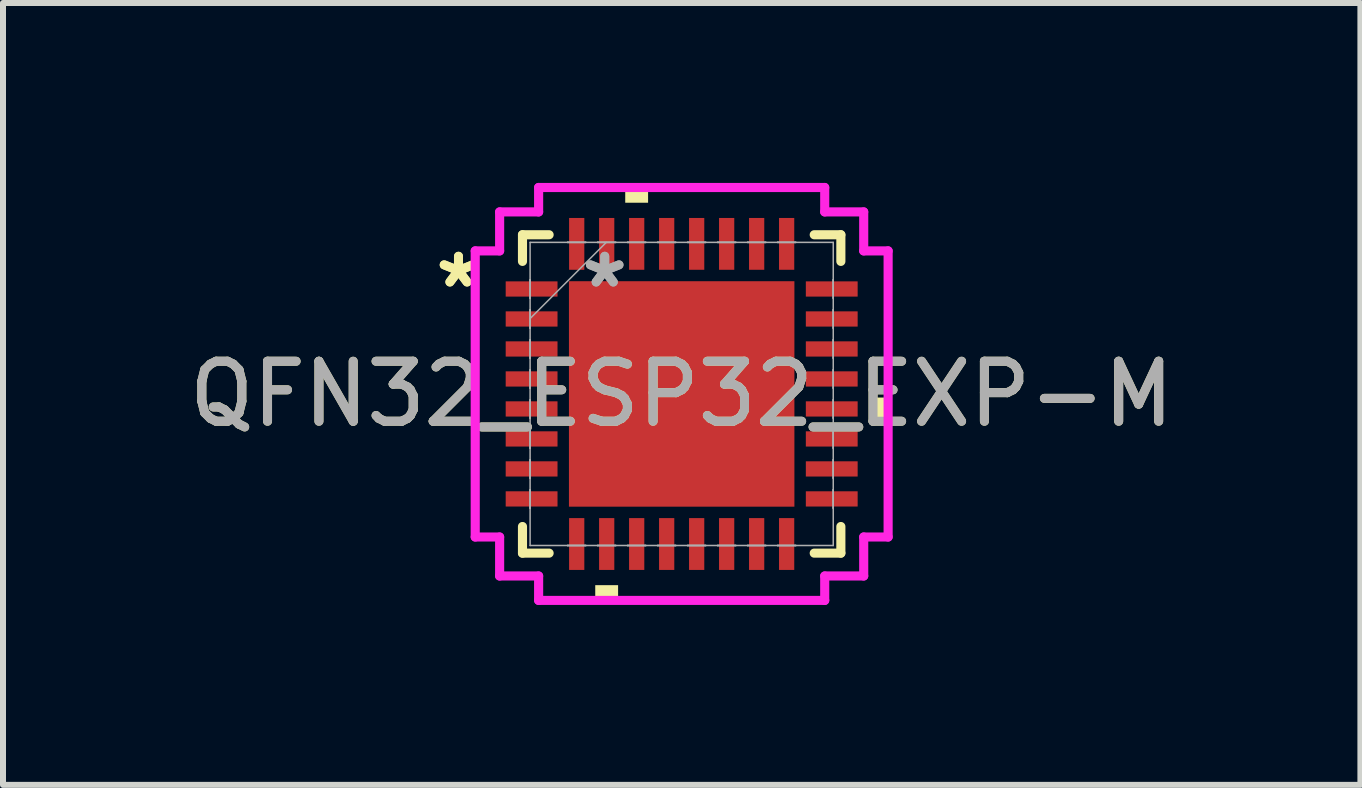
<source format=kicad_pcb>
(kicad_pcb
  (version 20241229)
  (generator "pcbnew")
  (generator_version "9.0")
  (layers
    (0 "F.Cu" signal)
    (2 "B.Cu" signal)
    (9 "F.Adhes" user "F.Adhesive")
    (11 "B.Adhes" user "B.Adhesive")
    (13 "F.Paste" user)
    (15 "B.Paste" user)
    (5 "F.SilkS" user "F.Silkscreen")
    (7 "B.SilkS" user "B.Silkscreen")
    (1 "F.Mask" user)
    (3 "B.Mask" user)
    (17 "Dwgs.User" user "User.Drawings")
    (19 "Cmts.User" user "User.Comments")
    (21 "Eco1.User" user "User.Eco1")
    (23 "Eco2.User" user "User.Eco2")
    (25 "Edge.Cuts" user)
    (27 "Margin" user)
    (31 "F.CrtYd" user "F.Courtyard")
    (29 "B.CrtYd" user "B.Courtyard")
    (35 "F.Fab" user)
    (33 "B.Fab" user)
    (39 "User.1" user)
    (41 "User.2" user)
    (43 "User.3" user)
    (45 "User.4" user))
  (footprint "QFN32_ESP32_EXP-M"
    (layer "F.Cu")
    (at 8.315 3.518)
    (property "Reference" "QFN32_ESP32_EXP-M" (at 0 0 0) (unlocked yes) (layer "F.SilkS") (effects (font (size 1 1) (thickness 0.15))))
    (attr smd)
    (fp_line (start -2.654 -2.654) (end -2.654 -2.21) (stroke (width 0.152) (type solid)) (layer "F.SilkS"))
    (fp_line (start -2.654 2.21) (end -2.654 2.654) (stroke (width 0.152) (type solid)) (layer "F.SilkS"))
    (fp_line (start -2.654 2.654) (end -2.21 2.654) (stroke (width 0.152) (type solid)) (layer "F.SilkS"))
    (fp_line (start -2.21 -2.654) (end -2.654 -2.654) (stroke (width 0.152) (type solid)) (layer "F.SilkS"))
    (fp_line (start 2.21 2.654) (end 2.654 2.654) (stroke (width 0.152) (type solid)) (layer "F.SilkS"))
    (fp_line (start 2.654 -2.654) (end 2.21 -2.654) (stroke (width 0.152) (type solid)) (layer "F.SilkS"))
    (fp_line (start 2.654 -2.21) (end 2.654 -2.654) (stroke (width 0.152) (type solid)) (layer "F.SilkS"))
    (fp_line (start 2.654 2.654) (end 2.654 2.21) (stroke (width 0.152) (type solid)) (layer "F.SilkS"))
    (fp_poly (pts (xy -1.441 3.188) (xy -1.441 3.442) (xy -1.06 3.442) (xy -1.06 3.188)) (stroke (width 0) (type solid)) (fill yes) (layer "F.SilkS"))
    (fp_poly (pts (xy -0.941 -3.188) (xy -0.941 -3.442) (xy -0.56 -3.442) (xy -0.56 -3.188)) (stroke (width 0) (type solid)) (fill yes) (layer "F.SilkS"))
    (fp_poly (pts (xy 3.442 0.06) (xy 3.442 0.441) (xy 3.188 0.441) (xy 3.188 0.06)) (stroke (width 0) (type solid)) (fill yes) (layer "F.SilkS"))
    (fp_line (start -3.442 -2.385) (end -3.035 -2.385) (stroke (width 0.152) (type solid)) (layer "F.CrtYd"))
    (fp_line (start -3.442 2.385) (end -3.442 -2.385) (stroke (width 0.152) (type solid)) (layer "F.CrtYd"))
    (fp_line (start -3.035 -3.035) (end -2.385 -3.035) (stroke (width 0.152) (type solid)) (layer "F.CrtYd"))
    (fp_line (start -3.035 -2.385) (end -3.035 -3.035) (stroke (width 0.152) (type solid)) (layer "F.CrtYd"))
    (fp_line (start -3.035 2.385) (end -3.442 2.385) (stroke (width 0.152) (type solid)) (layer "F.CrtYd"))
    (fp_line (start -3.035 3.035) (end -3.035 2.385) (stroke (width 0.152) (type solid)) (layer "F.CrtYd"))
    (fp_line (start -2.385 -3.442) (end 2.385 -3.442) (stroke (width 0.152) (type solid)) (layer "F.CrtYd"))
    (fp_line (start -2.385 -3.035) (end -2.385 -3.442) (stroke (width 0.152) (type solid)) (layer "F.CrtYd"))
    (fp_line (start -2.385 3.035) (end -3.035 3.035) (stroke (width 0.152) (type solid)) (layer "F.CrtYd"))
    (fp_line (start -2.385 3.442) (end -2.385 3.035) (stroke (width 0.152) (type solid)) (layer "F.CrtYd"))
    (fp_line (start 2.385 -3.442) (end 2.385 -3.035) (stroke (width 0.152) (type solid)) (layer "F.CrtYd"))
    (fp_line (start 2.385 -3.035) (end 3.035 -3.035) (stroke (width 0.152) (type solid)) (layer "F.CrtYd"))
    (fp_line (start 2.385 3.035) (end 2.385 3.442) (stroke (width 0.152) (type solid)) (layer "F.CrtYd"))
    (fp_line (start 2.385 3.442) (end -2.385 3.442) (stroke (width 0.152) (type solid)) (layer "F.CrtYd"))
    (fp_line (start 3.035 -3.035) (end 3.035 -2.385) (stroke (width 0.152) (type solid)) (layer "F.CrtYd"))
    (fp_line (start 3.035 -2.385) (end 3.442 -2.385) (stroke (width 0.152) (type solid)) (layer "F.CrtYd"))
    (fp_line (start 3.035 2.385) (end 3.035 3.035) (stroke (width 0.152) (type solid)) (layer "F.CrtYd"))
    (fp_line (start 3.035 3.035) (end 2.385 3.035) (stroke (width 0.152) (type solid)) (layer "F.CrtYd"))
    (fp_line (start 3.442 -2.385) (end 3.442 2.385) (stroke (width 0.152) (type solid)) (layer "F.CrtYd"))
    (fp_line (start 3.442 2.385) (end 3.035 2.385) (stroke (width 0.152) (type solid)) (layer "F.CrtYd"))
    (fp_line (start -2.527 -2.527) (end -2.527 2.527) (stroke (width 0.025) (type solid)) (layer "F.Fab"))
    (fp_line (start -2.527 -1.903) (end -2.527 -1.903) (stroke (width 0.025) (type solid)) (layer "F.Fab"))
    (fp_line (start -2.527 -1.903) (end -2.527 -1.598) (stroke (width 0.025) (type solid)) (layer "F.Fab"))
    (fp_line (start -2.527 -1.598) (end -2.527 -1.903) (stroke (width 0.025) (type solid)) (layer "F.Fab"))
    (fp_line (start -2.527 -1.598) (end -2.527 -1.598) (stroke (width 0.025) (type solid)) (layer "F.Fab"))
    (fp_line (start -2.527 -1.403) (end -2.527 -1.403) (stroke (width 0.025) (type solid)) (layer "F.Fab"))
    (fp_line (start -2.527 -1.403) (end -2.527 -1.098) (stroke (width 0.025) (type solid)) (layer "F.Fab"))
    (fp_line (start -2.527 -1.257) (end -1.257 -2.527) (stroke (width 0.025) (type solid)) (layer "F.Fab"))
    (fp_line (start -2.527 -1.098) (end -2.527 -1.403) (stroke (width 0.025) (type solid)) (layer "F.Fab"))
    (fp_line (start -2.527 -1.098) (end -2.527 -1.098) (stroke (width 0.025) (type solid)) (layer "F.Fab"))
    (fp_line (start -2.527 -0.903) (end -2.527 -0.903) (stroke (width 0.025) (type solid)) (layer "F.Fab"))
    (fp_line (start -2.527 -0.903) (end -2.527 -0.598) (stroke (width 0.025) (type solid)) (layer "F.Fab"))
    (fp_line (start -2.527 -0.598) (end -2.527 -0.903) (stroke (width 0.025) (type solid)) (layer "F.Fab"))
    (fp_line (start -2.527 -0.598) (end -2.527 -0.598) (stroke (width 0.025) (type solid)) (layer "F.Fab"))
    (fp_line (start -2.527 -0.402) (end -2.527 -0.402) (stroke (width 0.025) (type solid)) (layer "F.Fab"))
    (fp_line (start -2.527 -0.402) (end -2.527 -0.098) (stroke (width 0.025) (type solid)) (layer "F.Fab"))
    (fp_line (start -2.527 -0.098) (end -2.527 -0.402) (stroke (width 0.025) (type solid)) (layer "F.Fab"))
    (fp_line (start -2.527 -0.098) (end -2.527 -0.098) (stroke (width 0.025) (type solid)) (layer "F.Fab"))
    (fp_line (start -2.527 0.098) (end -2.527 0.098) (stroke (width 0.025) (type solid)) (layer "F.Fab"))
    (fp_line (start -2.527 0.098) (end -2.527 0.402) (stroke (width 0.025) (type solid)) (layer "F.Fab"))
    (fp_line (start -2.527 0.402) (end -2.527 0.098) (stroke (width 0.025) (type solid)) (layer "F.Fab"))
    (fp_line (start -2.527 0.402) (end -2.527 0.402) (stroke (width 0.025) (type solid)) (layer "F.Fab"))
    (fp_line (start -2.527 0.598) (end -2.527 0.598) (stroke (width 0.025) (type solid)) (layer "F.Fab"))
    (fp_line (start -2.527 0.598) (end -2.527 0.903) (stroke (width 0.025) (type solid)) (layer "F.Fab"))
    (fp_line (start -2.527 0.903) (end -2.527 0.598) (stroke (width 0.025) (type solid)) (layer "F.Fab"))
    (fp_line (start -2.527 0.903) (end -2.527 0.903) (stroke (width 0.025) (type solid)) (layer "F.Fab"))
    (fp_line (start -2.527 1.098) (end -2.527 1.098) (stroke (width 0.025) (type solid)) (layer "F.Fab"))
    (fp_line (start -2.527 1.098) (end -2.527 1.403) (stroke (width 0.025) (type solid)) (layer "F.Fab"))
    (fp_line (start -2.527 1.403) (end -2.527 1.098) (stroke (width 0.025) (type solid)) (layer "F.Fab"))
    (fp_line (start -2.527 1.403) (end -2.527 1.403) (stroke (width 0.025) (type solid)) (layer "F.Fab"))
    (fp_line (start -2.527 1.598) (end -2.527 1.598) (stroke (width 0.025) (type solid)) (layer "F.Fab"))
    (fp_line (start -2.527 1.598) (end -2.527 1.903) (stroke (width 0.025) (type solid)) (layer "F.Fab"))
    (fp_line (start -2.527 1.903) (end -2.527 1.598) (stroke (width 0.025) (type solid)) (layer "F.Fab"))
    (fp_line (start -2.527 1.903) (end -2.527 1.903) (stroke (width 0.025) (type solid)) (layer "F.Fab"))
    (fp_line (start -2.527 2.527) (end 2.527 2.527) (stroke (width 0.025) (type solid)) (layer "F.Fab"))
    (fp_line (start -1.903 -2.527) (end -1.903 -2.527) (stroke (width 0.025) (type solid)) (layer "F.Fab"))
    (fp_line (start -1.903 -2.527) (end -1.598 -2.527) (stroke (width 0.025) (type solid)) (layer "F.Fab"))
    (fp_line (start -1.903 2.527) (end -1.903 2.527) (stroke (width 0.025) (type solid)) (layer "F.Fab"))
    (fp_line (start -1.903 2.527) (end -1.598 2.527) (stroke (width 0.025) (type solid)) (layer "F.Fab"))
    (fp_line (start -1.598 -2.527) (end -1.903 -2.527) (stroke (width 0.025) (type solid)) (layer "F.Fab"))
    (fp_line (start -1.598 -2.527) (end -1.598 -2.527) (stroke (width 0.025) (type solid)) (layer "F.Fab"))
    (fp_line (start -1.598 2.527) (end -1.903 2.527) (stroke (width 0.025) (type solid)) (layer "F.Fab"))
    (fp_line (start -1.598 2.527) (end -1.598 2.527) (stroke (width 0.025) (type solid)) (layer "F.Fab"))
    (fp_line (start -1.403 -2.527) (end -1.403 -2.527) (stroke (width 0.025) (type solid)) (layer "F.Fab"))
    (fp_line (start -1.403 -2.527) (end -1.098 -2.527) (stroke (width 0.025) (type solid)) (layer "F.Fab"))
    (fp_line (start -1.403 2.527) (end -1.403 2.527) (stroke (width 0.025) (type solid)) (layer "F.Fab"))
    (fp_line (start -1.403 2.527) (end -1.098 2.527) (stroke (width 0.025) (type solid)) (layer "F.Fab"))
    (fp_line (start -1.098 -2.527) (end -1.403 -2.527) (stroke (width 0.025) (type solid)) (layer "F.Fab"))
    (fp_line (start -1.098 -2.527) (end -1.098 -2.527) (stroke (width 0.025) (type solid)) (layer "F.Fab"))
    (fp_line (start -1.098 2.527) (end -1.403 2.527) (stroke (width 0.025) (type solid)) (layer "F.Fab"))
    (fp_line (start -1.098 2.527) (end -1.098 2.527) (stroke (width 0.025) (type solid)) (layer "F.Fab"))
    (fp_line (start -0.903 -2.527) (end -0.903 -2.527) (stroke (width 0.025) (type solid)) (layer "F.Fab"))
    (fp_line (start -0.903 -2.527) (end -0.598 -2.527) (stroke (width 0.025) (type solid)) (layer "F.Fab"))
    (fp_line (start -0.903 2.527) (end -0.903 2.527) (stroke (width 0.025) (type solid)) (layer "F.Fab"))
    (fp_line (start -0.903 2.527) (end -0.598 2.527) (stroke (width 0.025) (type solid)) (layer "F.Fab"))
    (fp_line (start -0.598 -2.527) (end -0.903 -2.527) (stroke (width 0.025) (type solid)) (layer "F.Fab"))
    (fp_line (start -0.598 -2.527) (end -0.598 -2.527) (stroke (width 0.025) (type solid)) (layer "F.Fab"))
    (fp_line (start -0.598 2.527) (end -0.903 2.527) (stroke (width 0.025) (type solid)) (layer "F.Fab"))
    (fp_line (start -0.598 2.527) (end -0.598 2.527) (stroke (width 0.025) (type solid)) (layer "F.Fab"))
    (fp_line (start -0.402 -2.527) (end -0.402 -2.527) (stroke (width 0.025) (type solid)) (layer "F.Fab"))
    (fp_line (start -0.402 -2.527) (end -0.098 -2.527) (stroke (width 0.025) (type solid)) (layer "F.Fab"))
    (fp_line (start -0.402 2.527) (end -0.402 2.527) (stroke (width 0.025) (type solid)) (layer "F.Fab"))
    (fp_line (start -0.402 2.527) (end -0.098 2.527) (stroke (width 0.025) (type solid)) (layer "F.Fab"))
    (fp_line (start -0.098 -2.527) (end -0.402 -2.527) (stroke (width 0.025) (type solid)) (layer "F.Fab"))
    (fp_line (start -0.098 -2.527) (end -0.098 -2.527) (stroke (width 0.025) (type solid)) (layer "F.Fab"))
    (fp_line (start -0.098 2.527) (end -0.402 2.527) (stroke (width 0.025) (type solid)) (layer "F.Fab"))
    (fp_line (start -0.098 2.527) (end -0.098 2.527) (stroke (width 0.025) (type solid)) (layer "F.Fab"))
    (fp_line (start 0.098 -2.527) (end 0.098 -2.527) (stroke (width 0.025) (type solid)) (layer "F.Fab"))
    (fp_line (start 0.098 -2.527) (end 0.402 -2.527) (stroke (width 0.025) (type solid)) (layer "F.Fab"))
    (fp_line (start 0.098 2.527) (end 0.098 2.527) (stroke (width 0.025) (type solid)) (layer "F.Fab"))
    (fp_line (start 0.098 2.527) (end 0.402 2.527) (stroke (width 0.025) (type solid)) (layer "F.Fab"))
    (fp_line (start 0.402 -2.527) (end 0.098 -2.527) (stroke (width 0.025) (type solid)) (layer "F.Fab"))
    (fp_line (start 0.402 -2.527) (end 0.402 -2.527) (stroke (width 0.025) (type solid)) (layer "F.Fab"))
    (fp_line (start 0.402 2.527) (end 0.098 2.527) (stroke (width 0.025) (type solid)) (layer "F.Fab"))
    (fp_line (start 0.402 2.527) (end 0.402 2.527) (stroke (width 0.025) (type solid)) (layer "F.Fab"))
    (fp_line (start 0.598 -2.527) (end 0.598 -2.527) (stroke (width 0.025) (type solid)) (layer "F.Fab"))
    (fp_line (start 0.598 -2.527) (end 0.903 -2.527) (stroke (width 0.025) (type solid)) (layer "F.Fab"))
    (fp_line (start 0.598 2.527) (end 0.598 2.527) (stroke (width 0.025) (type solid)) (layer "F.Fab"))
    (fp_line (start 0.598 2.527) (end 0.903 2.527) (stroke (width 0.025) (type solid)) (layer "F.Fab"))
    (fp_line (start 0.903 -2.527) (end 0.598 -2.527) (stroke (width 0.025) (type solid)) (layer "F.Fab"))
    (fp_line (start 0.903 -2.527) (end 0.903 -2.527) (stroke (width 0.025) (type solid)) (layer "F.Fab"))
    (fp_line (start 0.903 2.527) (end 0.598 2.527) (stroke (width 0.025) (type solid)) (layer "F.Fab"))
    (fp_line (start 0.903 2.527) (end 0.903 2.527) (stroke (width 0.025) (type solid)) (layer "F.Fab"))
    (fp_line (start 1.098 -2.527) (end 1.098 -2.527) (stroke (width 0.025) (type solid)) (layer "F.Fab"))
    (fp_line (start 1.098 -2.527) (end 1.403 -2.527) (stroke (width 0.025) (type solid)) (layer "F.Fab"))
    (fp_line (start 1.098 2.527) (end 1.098 2.527) (stroke (width 0.025) (type solid)) (layer "F.Fab"))
    (fp_line (start 1.098 2.527) (end 1.403 2.527) (stroke (width 0.025) (type solid)) (layer "F.Fab"))
    (fp_line (start 1.403 -2.527) (end 1.098 -2.527) (stroke (width 0.025) (type solid)) (layer "F.Fab"))
    (fp_line (start 1.403 -2.527) (end 1.403 -2.527) (stroke (width 0.025) (type solid)) (layer "F.Fab"))
    (fp_line (start 1.403 2.527) (end 1.098 2.527) (stroke (width 0.025) (type solid)) (layer "F.Fab"))
    (fp_line (start 1.403 2.527) (end 1.403 2.527) (stroke (width 0.025) (type solid)) (layer "F.Fab"))
    (fp_line (start 1.598 -2.527) (end 1.598 -2.527) (stroke (width 0.025) (type solid)) (layer "F.Fab"))
    (fp_line (start 1.598 -2.527) (end 1.903 -2.527) (stroke (width 0.025) (type solid)) (layer "F.Fab"))
    (fp_line (start 1.598 2.527) (end 1.598 2.527) (stroke (width 0.025) (type solid)) (layer "F.Fab"))
    (fp_line (start 1.598 2.527) (end 1.903 2.527) (stroke (width 0.025) (type solid)) (layer "F.Fab"))
    (fp_line (start 1.903 -2.527) (end 1.598 -2.527) (stroke (width 0.025) (type solid)) (layer "F.Fab"))
    (fp_line (start 1.903 -2.527) (end 1.903 -2.527) (stroke (width 0.025) (type solid)) (layer "F.Fab"))
    (fp_line (start 1.903 2.527) (end 1.598 2.527) (stroke (width 0.025) (type solid)) (layer "F.Fab"))
    (fp_line (start 1.903 2.527) (end 1.903 2.527) (stroke (width 0.025) (type solid)) (layer "F.Fab"))
    (fp_line (start 2.527 -2.527) (end -2.527 -2.527) (stroke (width 0.025) (type solid)) (layer "F.Fab"))
    (fp_line (start 2.527 -1.903) (end 2.527 -1.903) (stroke (width 0.025) (type solid)) (layer "F.Fab"))
    (fp_line (start 2.527 -1.903) (end 2.527 -1.598) (stroke (width 0.025) (type solid)) (layer "F.Fab"))
    (fp_line (start 2.527 -1.598) (end 2.527 -1.903) (stroke (width 0.025) (type solid)) (layer "F.Fab"))
    (fp_line (start 2.527 -1.598) (end 2.527 -1.598) (stroke (width 0.025) (type solid)) (layer "F.Fab"))
    (fp_line (start 2.527 -1.403) (end 2.527 -1.403) (stroke (width 0.025) (type solid)) (layer "F.Fab"))
    (fp_line (start 2.527 -1.403) (end 2.527 -1.098) (stroke (width 0.025) (type solid)) (layer "F.Fab"))
    (fp_line (start 2.527 -1.098) (end 2.527 -1.403) (stroke (width 0.025) (type solid)) (layer "F.Fab"))
    (fp_line (start 2.527 -1.098) (end 2.527 -1.098) (stroke (width 0.025) (type solid)) (layer "F.Fab"))
    (fp_line (start 2.527 -0.903) (end 2.527 -0.903) (stroke (width 0.025) (type solid)) (layer "F.Fab"))
    (fp_line (start 2.527 -0.903) (end 2.527 -0.598) (stroke (width 0.025) (type solid)) (layer "F.Fab"))
    (fp_line (start 2.527 -0.598) (end 2.527 -0.903) (stroke (width 0.025) (type solid)) (layer "F.Fab"))
    (fp_line (start 2.527 -0.598) (end 2.527 -0.598) (stroke (width 0.025) (type solid)) (layer "F.Fab"))
    (fp_line (start 2.527 -0.402) (end 2.527 -0.402) (stroke (width 0.025) (type solid)) (layer "F.Fab"))
    (fp_line (start 2.527 -0.402) (end 2.527 -0.098) (stroke (width 0.025) (type solid)) (layer "F.Fab"))
    (fp_line (start 2.527 -0.098) (end 2.527 -0.402) (stroke (width 0.025) (type solid)) (layer "F.Fab"))
    (fp_line (start 2.527 -0.098) (end 2.527 -0.098) (stroke (width 0.025) (type solid)) (layer "F.Fab"))
    (fp_line (start 2.527 0.098) (end 2.527 0.098) (stroke (width 0.025) (type solid)) (layer "F.Fab"))
    (fp_line (start 2.527 0.098) (end 2.527 0.402) (stroke (width 0.025) (type solid)) (layer "F.Fab"))
    (fp_line (start 2.527 0.402) (end 2.527 0.098) (stroke (width 0.025) (type solid)) (layer "F.Fab"))
    (fp_line (start 2.527 0.402) (end 2.527 0.402) (stroke (width 0.025) (type solid)) (layer "F.Fab"))
    (fp_line (start 2.527 0.598) (end 2.527 0.598) (stroke (width 0.025) (type solid)) (layer "F.Fab"))
    (fp_line (start 2.527 0.598) (end 2.527 0.903) (stroke (width 0.025) (type solid)) (layer "F.Fab"))
    (fp_line (start 2.527 0.903) (end 2.527 0.598) (stroke (width 0.025) (type solid)) (layer "F.Fab"))
    (fp_line (start 2.527 0.903) (end 2.527 0.903) (stroke (width 0.025) (type solid)) (layer "F.Fab"))
    (fp_line (start 2.527 1.098) (end 2.527 1.098) (stroke (width 0.025) (type solid)) (layer "F.Fab"))
    (fp_line (start 2.527 1.098) (end 2.527 1.403) (stroke (width 0.025) (type solid)) (layer "F.Fab"))
    (fp_line (start 2.527 1.403) (end 2.527 1.098) (stroke (width 0.025) (type solid)) (layer "F.Fab"))
    (fp_line (start 2.527 1.403) (end 2.527 1.403) (stroke (width 0.025) (type solid)) (layer "F.Fab"))
    (fp_line (start 2.527 1.598) (end 2.527 1.598) (stroke (width 0.025) (type solid)) (layer "F.Fab"))
    (fp_line (start 2.527 1.598) (end 2.527 1.903) (stroke (width 0.025) (type solid)) (layer "F.Fab"))
    (fp_line (start 2.527 1.903) (end 2.527 1.598) (stroke (width 0.025) (type solid)) (layer "F.Fab"))
    (fp_line (start 2.527 1.903) (end 2.527 1.903) (stroke (width 0.025) (type solid)) (layer "F.Fab"))
    (fp_line (start 2.527 2.527) (end 2.527 -2.527) (stroke (width 0.025) (type solid)) (layer "F.Fab"))
    (fp_text user "*" (at -3.721 -1.75 0) (layer "F.SilkS") (effects (font (size 1 1) (thickness 0.15))))
    (fp_text user "*" (at -3.721 -1.75 0) (unlocked yes) (layer "F.SilkS") (effects (font (size 1 1) (thickness 0.15))))
    (fp_text user "*" (at -1.283 -1.75 0) (unlocked yes) (layer "F.Fab") (effects (font (size 1 1) (thickness 0.15))))
    (fp_text user "*" (at -1.283 -1.75 0) (layer "F.Fab") (effects (font (size 1 1) (thickness 0.15))))
    (fp_text user "${REFERENCE}" (at 0 0 0) (unlocked yes) (layer "F.Fab") (effects (font (size 1 1) (thickness 0.15))))
    (pad "1" smd rect (at -2.502 -1.75 90) (size 0.254 0.864) (layers "F.Cu" "F.Mask" "F.Paste"))
    (pad "2" smd rect (at -2.502 -1.25 90) (size 0.254 0.864) (layers "F.Cu" "F.Mask" "F.Paste"))
    (pad "3" smd rect (at -2.502 -0.75 90) (size 0.254 0.864) (layers "F.Cu" "F.Mask" "F.Paste"))
    (pad "4" smd rect (at -2.502 -0.25 90) (size 0.254 0.864) (layers "F.Cu" "F.Mask" "F.Paste"))
    (pad "5" smd rect (at -2.502 0.25 90) (size 0.254 0.864) (layers "F.Cu" "F.Mask" "F.Paste"))
    (pad "6" smd rect (at -2.502 0.75 90) (size 0.254 0.864) (layers "F.Cu" "F.Mask" "F.Paste"))
    (pad "7" smd rect (at -2.502 1.25 90) (size 0.254 0.864) (layers "F.Cu" "F.Mask" "F.Paste"))
    (pad "8" smd rect (at -2.502 1.75 90) (size 0.254 0.864) (layers "F.Cu" "F.Mask" "F.Paste"))
    (pad "9" smd rect (at -1.75 2.502) (size 0.254 0.864) (layers "F.Cu" "F.Mask" "F.Paste"))
    (pad "10" smd rect (at -1.25 2.502) (size 0.254 0.864) (layers "F.Cu" "F.Mask" "F.Paste"))
    (pad "11" smd rect (at -0.75 2.502) (size 0.254 0.864) (layers "F.Cu" "F.Mask" "F.Paste"))
    (pad "12" smd rect (at -0.25 2.502) (size 0.254 0.864) (layers "F.Cu" "F.Mask" "F.Paste"))
    (pad "13" smd rect (at 0.25 2.502) (size 0.254 0.864) (layers "F.Cu" "F.Mask" "F.Paste"))
    (pad "14" smd rect (at 0.75 2.502) (size 0.254 0.864) (layers "F.Cu" "F.Mask" "F.Paste"))
    (pad "15" smd rect (at 1.25 2.502) (size 0.254 0.864) (layers "F.Cu" "F.Mask" "F.Paste"))
    (pad "16" smd rect (at 1.75 2.502) (size 0.254 0.864) (layers "F.Cu" "F.Mask" "F.Paste"))
    (pad "17" smd rect (at 2.502 1.75 90) (size 0.254 0.864) (layers "F.Cu" "F.Mask" "F.Paste"))
    (pad "18" smd rect (at 2.502 1.25 90) (size 0.254 0.864) (layers "F.Cu" "F.Mask" "F.Paste"))
    (pad "19" smd rect (at 2.502 0.75 90) (size 0.254 0.864) (layers "F.Cu" "F.Mask" "F.Paste"))
    (pad "20" smd rect (at 2.502 0.25 90) (size 0.254 0.864) (layers "F.Cu" "F.Mask" "F.Paste"))
    (pad "21" smd rect (at 2.502 -0.25 90) (size 0.254 0.864) (layers "F.Cu" "F.Mask" "F.Paste"))
    (pad "22" smd rect (at 2.502 -0.75 90) (size 0.254 0.864) (layers "F.Cu" "F.Mask" "F.Paste"))
    (pad "23" smd rect (at 2.502 -1.25 90) (size 0.254 0.864) (layers "F.Cu" "F.Mask" "F.Paste"))
    (pad "24" smd rect (at 2.502 -1.75 90) (size 0.254 0.864) (layers "F.Cu" "F.Mask" "F.Paste"))
    (pad "25" smd rect (at 1.75 -2.502) (size 0.254 0.864) (layers "F.Cu" "F.Mask" "F.Paste"))
    (pad "26" smd rect (at 1.25 -2.502) (size 0.254 0.864) (layers "F.Cu" "F.Mask" "F.Paste"))
    (pad "27" smd rect (at 0.75 -2.502) (size 0.254 0.864) (layers "F.Cu" "F.Mask" "F.Paste"))
    (pad "28" smd rect (at 0.25 -2.502) (size 0.254 0.864) (layers "F.Cu" "F.Mask" "F.Paste"))
    (pad "29" smd rect (at -0.25 -2.502) (size 0.254 0.864) (layers "F.Cu" "F.Mask" "F.Paste"))
    (pad "30" smd rect (at -0.75 -2.502) (size 0.254 0.864) (layers "F.Cu" "F.Mask" "F.Paste"))
    (pad "31" smd rect (at -1.25 -2.502) (size 0.254 0.864) (layers "F.Cu" "F.Mask" "F.Paste"))
    (pad "32" smd rect (at -1.75 -2.502) (size 0.254 0.864) (layers "F.Cu" "F.Mask" "F.Paste"))
    (pad "33" smd rect (at 0 0) (size 3.759 3.759) (layers "F.Cu" "F.Mask" "F.Paste")))
  (gr_rect
    (start -3 -3)
    (end 19.631 10.036)
    (stroke (width 0.1) (type default))
    (fill no)
    (layer "Edge.Cuts")))
</source>
